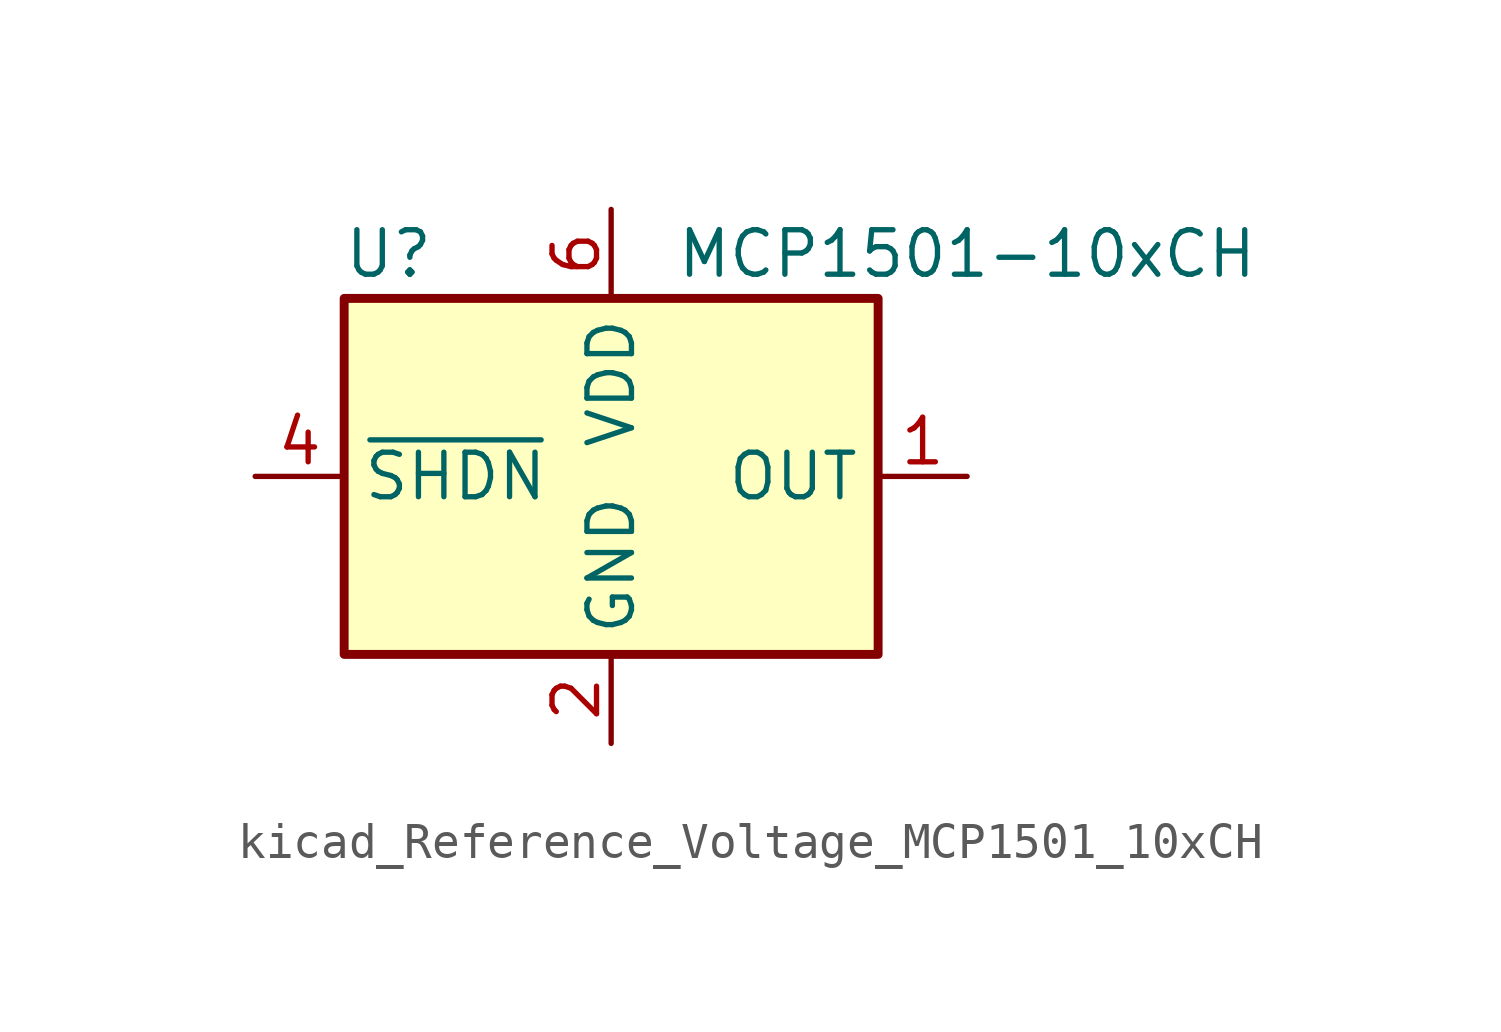
<source format=kicad_sym>
(kicad_symbol_lib
  (version 20220914)
  (generator kicad_symbol_editor)
  (symbol "kicad_Reference_Voltage_MCP1501_10xCH"
    (property "Reference" "U"
      (at -6.35 6.35 0)
      (effects (font (size 1.27 1.27))))
    (property "Value" "MCP1501-10xCH"
      (at 10.16 6.35 0)
      (effects (font (size 1.27 1.27))))
    (symbol "kicad_Reference_Voltage_MCP1501_10xCH_0_0"
      (pin power_out line (at 10.16 0 180) (length 2.54) (name "OUT" (effects (font (size 1.27 1.27)))) (number "1" (effects (font (size 1.27 1.27)))))
      (pin power_in line (at 0 -7.62 90) (length 2.54) (name "GND" (effects (font (size 1.27 1.27)))) (number "2" (effects (font (size 1.27 1.27)))))
      (pin passive line (at 0 -7.62 90) (length 2.54) hide (name "GND" (effects (font (size 1.27 1.27)))) (number "3" (effects (font (size 1.27 1.27)))))
      (pin input line (at -10.16 0 0) (length 2.54) (name "~{SHDN}" (effects (font (size 1.27 1.27)))) (number "4" (effects (font (size 1.27 1.27)))))
      (pin passive line (at 0 -7.62 90) (length 2.54) hide (name "GND" (effects (font (size 1.27 1.27)))) (number "5" (effects (font (size 1.27 1.27)))))
      (pin power_in line (at 0 7.62 270) (length 2.54) (name "VDD" (effects (font (size 1.27 1.27)))) (number "6" (effects (font (size 1.27 1.27))))))
    (symbol "kicad_Reference_Voltage_MCP1501_10xCH_0_1"
      (rectangle (start -7.62 5.08) (end 7.62 -5.08) (stroke (width 0.254) (type default)) (fill (type background))))))
</source>
